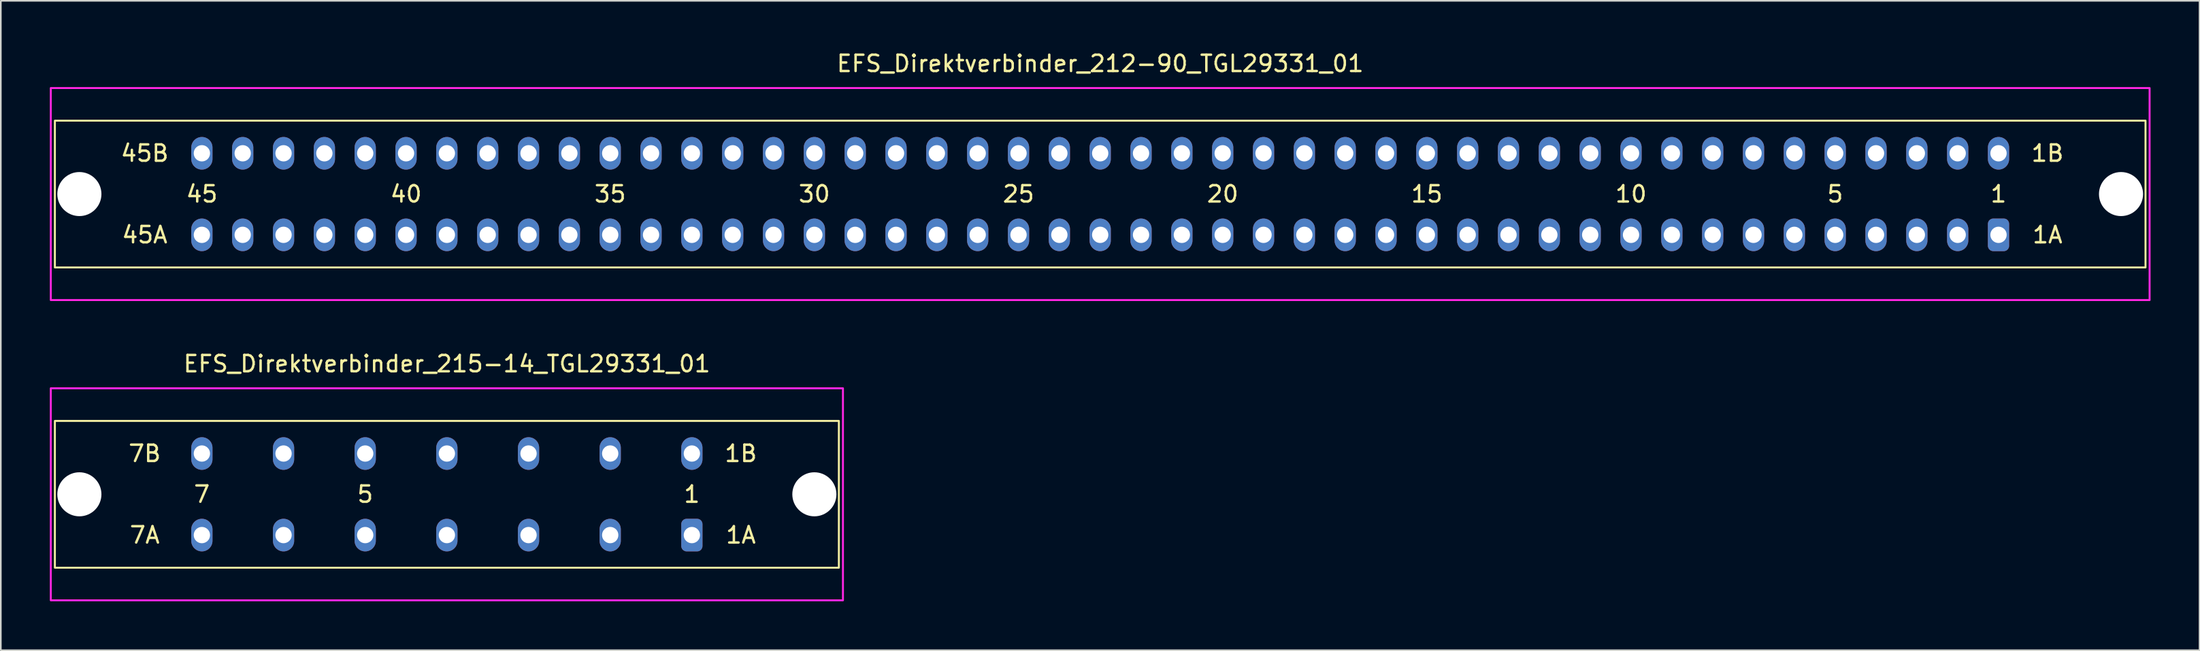
<source format=kicad_pcb>
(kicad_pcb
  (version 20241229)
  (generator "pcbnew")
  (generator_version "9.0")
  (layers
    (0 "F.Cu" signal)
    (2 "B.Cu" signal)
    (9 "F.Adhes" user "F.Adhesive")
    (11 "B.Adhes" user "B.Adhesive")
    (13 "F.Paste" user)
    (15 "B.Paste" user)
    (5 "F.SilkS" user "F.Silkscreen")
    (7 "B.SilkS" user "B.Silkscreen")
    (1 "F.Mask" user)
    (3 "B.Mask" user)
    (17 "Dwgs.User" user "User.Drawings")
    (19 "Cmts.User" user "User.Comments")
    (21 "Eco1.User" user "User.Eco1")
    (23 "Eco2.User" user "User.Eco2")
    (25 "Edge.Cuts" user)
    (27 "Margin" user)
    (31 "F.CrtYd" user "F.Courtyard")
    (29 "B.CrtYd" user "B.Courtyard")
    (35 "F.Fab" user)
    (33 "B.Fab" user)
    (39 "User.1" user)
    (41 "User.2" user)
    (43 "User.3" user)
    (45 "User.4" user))
  (footprint "EFS_Direktverbinder_212-90_TGL29331_01"
    (layer "F.Cu")
    (at 64.31 8.848)
    (property "Reference" "EFS_Direktverbinder_212-90_TGL29331_01" (at 0 -8 180) (layer "F.SilkS") (effects (font (size 1 1) (thickness 0.15))))
    (attr through_hole)
    (fp_rect (start -64 -4.5) (end 64 4.5) (stroke (width 0.12) (type solid)) (fill no) (layer "F.SilkS"))
    (fp_rect (start -64.25 -6.5) (end 64.25 6.5) (stroke (width 0.12) (type solid)) (fill no) (layer "F.CrtYd"))
    (fp_text user "30" (at -17.5 0 180) (layer "F.SilkS") (effects (font (size 1 1) (thickness 0.15))))
    (fp_text user "35" (at -30 0 180) (layer "F.SilkS") (effects (font (size 1 1) (thickness 0.15))))
    (fp_text user "45" (at -55 0 180) (layer "F.SilkS") (effects (font (size 1 1) (thickness 0.15))))
    (fp_text user "25" (at -5 0 180) (layer "F.SilkS") (effects (font (size 1 1) (thickness 0.15))))
    (fp_text user "20" (at 7.5 0 180) (layer "F.SilkS") (effects (font (size 1 1) (thickness 0.15))))
    (fp_text user "5" (at 45 0 180) (layer "F.SilkS") (effects (font (size 1 1) (thickness 0.15))))
    (fp_text user "45A" (at -58.5 2.5 0) (layer "F.SilkS") (effects (font (size 1 1) (thickness 0.15))))
    (fp_text user "1B" (at 58 -2.5 0) (layer "F.SilkS") (effects (font (size 1 1) (thickness 0.15))))
    (fp_text user "15" (at 20 0 180) (layer "F.SilkS") (effects (font (size 1 1) (thickness 0.15))))
    (fp_text user "45B" (at -58.5 -2.5 0) (layer "F.SilkS") (effects (font (size 1 1) (thickness 0.15))))
    (fp_text user "10" (at 32.5 0 180) (layer "F.SilkS") (effects (font (size 1 1) (thickness 0.15))))
    (fp_text user "1" (at 55 0 180) (layer "F.SilkS") (effects (font (size 1 1) (thickness 0.15))))
    (fp_text user "1A" (at 58 2.5 0) (layer "F.SilkS") (effects (font (size 1 1) (thickness 0.15))))
    (fp_text user "40" (at -42.5 0 180) (layer "F.SilkS") (effects (font (size 1 1) (thickness 0.15))))
    (pad "" np_thru_hole circle (at -62.5 0) (size 2.7 2.7) (drill 2.7) (layers "*.Cu" "*.Mask"))
    (pad "" np_thru_hole circle (at 62.5 0) (size 2.7 2.7) (drill 2.7) (layers "*.Cu" "*.Mask"))
    (pad "1a" thru_hole roundrect (at 55 2.5) (size 1.3 2) (drill 1) (layers "*.Cu" "*.Mask") (roundrect_rratio 0.25))
    (pad "1b" thru_hole oval (at 55 -2.5) (size 1.3 2) (drill 1) (layers "*.Cu" "*.Mask"))
    (pad "2a" thru_hole oval (at 52.5 2.5) (size 1.3 2) (drill 1) (layers "*.Cu" "*.Mask"))
    (pad "2b" thru_hole oval (at 52.5 -2.5) (size 1.3 2) (drill 1) (layers "*.Cu" "*.Mask"))
    (pad "3a" thru_hole oval (at 50 2.5) (size 1.3 2) (drill 1) (layers "*.Cu" "*.Mask"))
    (pad "3b" thru_hole oval (at 50 -2.5) (size 1.3 2) (drill 1) (layers "*.Cu" "*.Mask"))
    (pad "4a" thru_hole oval (at 47.5 2.5) (size 1.3 2) (drill 1) (layers "*.Cu" "*.Mask"))
    (pad "4b" thru_hole oval (at 47.5 -2.5) (size 1.3 2) (drill 1) (layers "*.Cu" "*.Mask"))
    (pad "5a" thru_hole oval (at 45 2.5) (size 1.3 2) (drill 1) (layers "*.Cu" "*.Mask"))
    (pad "5b" thru_hole oval (at 45 -2.5) (size 1.3 2) (drill 1) (layers "*.Cu" "*.Mask"))
    (pad "6a" thru_hole oval (at 42.5 2.5) (size 1.3 2) (drill 1) (layers "*.Cu" "*.Mask"))
    (pad "6b" thru_hole oval (at 42.5 -2.5) (size 1.3 2) (drill 1) (layers "*.Cu" "*.Mask"))
    (pad "7a" thru_hole oval (at 40 2.5) (size 1.3 2) (drill 1) (layers "*.Cu" "*.Mask"))
    (pad "7b" thru_hole oval (at 40 -2.5) (size 1.3 2) (drill 1) (layers "*.Cu" "*.Mask"))
    (pad "8a" thru_hole oval (at 37.5 2.5) (size 1.3 2) (drill 1) (layers "*.Cu" "*.Mask"))
    (pad "8b" thru_hole oval (at 37.5 -2.5) (size 1.3 2) (drill 1) (layers "*.Cu" "*.Mask"))
    (pad "9a" thru_hole oval (at 35 2.5) (size 1.3 2) (drill 1) (layers "*.Cu" "*.Mask"))
    (pad "9b" thru_hole oval (at 35 -2.5) (size 1.3 2) (drill 1) (layers "*.Cu" "*.Mask"))
    (pad "10a" thru_hole oval (at 32.5 2.5) (size 1.3 2) (drill 1) (layers "*.Cu" "*.Mask"))
    (pad "10b" thru_hole oval (at 32.5 -2.5) (size 1.3 2) (drill 1) (layers "*.Cu" "*.Mask"))
    (pad "11a" thru_hole oval (at 30 2.5) (size 1.3 2) (drill 1) (layers "*.Cu" "*.Mask"))
    (pad "11b" thru_hole oval (at 30 -2.5) (size 1.3 2) (drill 1) (layers "*.Cu" "*.Mask"))
    (pad "12a" thru_hole oval (at 27.5 2.5) (size 1.3 2) (drill 1) (layers "*.Cu" "*.Mask"))
    (pad "12b" thru_hole oval (at 27.5 -2.5) (size 1.3 2) (drill 1) (layers "*.Cu" "*.Mask"))
    (pad "13a" thru_hole oval (at 25 2.5) (size 1.3 2) (drill 1) (layers "*.Cu" "*.Mask"))
    (pad "13b" thru_hole oval (at 25 -2.5) (size 1.3 2) (drill 1) (layers "*.Cu" "*.Mask"))
    (pad "14a" thru_hole oval (at 22.5 2.5) (size 1.3 2) (drill 1) (layers "*.Cu" "*.Mask"))
    (pad "14b" thru_hole oval (at 22.5 -2.5) (size 1.3 2) (drill 1) (layers "*.Cu" "*.Mask"))
    (pad "15a" thru_hole oval (at 20 2.5) (size 1.3 2) (drill 1) (layers "*.Cu" "*.Mask"))
    (pad "15b" thru_hole oval (at 20 -2.5) (size 1.3 2) (drill 1) (layers "*.Cu" "*.Mask"))
    (pad "16a" thru_hole oval (at 17.5 2.5) (size 1.3 2) (drill 1) (layers "*.Cu" "*.Mask"))
    (pad "16b" thru_hole oval (at 17.5 -2.5) (size 1.3 2) (drill 1) (layers "*.Cu" "*.Mask"))
    (pad "17a" thru_hole oval (at 15 2.5) (size 1.3 2) (drill 1) (layers "*.Cu" "*.Mask"))
    (pad "17b" thru_hole oval (at 15 -2.5) (size 1.3 2) (drill 1) (layers "*.Cu" "*.Mask"))
    (pad "18a" thru_hole oval (at 12.5 2.5) (size 1.3 2) (drill 1) (layers "*.Cu" "*.Mask"))
    (pad "18b" thru_hole oval (at 12.5 -2.5) (size 1.3 2) (drill 1) (layers "*.Cu" "*.Mask"))
    (pad "19a" thru_hole oval (at 10 2.5) (size 1.3 2) (drill 1) (layers "*.Cu" "*.Mask"))
    (pad "19b" thru_hole oval (at 10 -2.5) (size 1.3 2) (drill 1) (layers "*.Cu" "*.Mask"))
    (pad "20a" thru_hole oval (at 7.5 2.5) (size 1.3 2) (drill 1) (layers "*.Cu" "*.Mask"))
    (pad "20b" thru_hole oval (at 7.5 -2.5) (size 1.3 2) (drill 1) (layers "*.Cu" "*.Mask"))
    (pad "21a" thru_hole oval (at 5 2.5) (size 1.3 2) (drill 1) (layers "*.Cu" "*.Mask"))
    (pad "21b" thru_hole oval (at 5 -2.5) (size 1.3 2) (drill 1) (layers "*.Cu" "*.Mask"))
    (pad "22a" thru_hole oval (at 2.5 2.5) (size 1.3 2) (drill 1) (layers "*.Cu" "*.Mask"))
    (pad "22b" thru_hole oval (at 2.5 -2.5) (size 1.3 2) (drill 1) (layers "*.Cu" "*.Mask"))
    (pad "23a" thru_hole oval (at 0 2.5) (size 1.3 2) (drill 1) (layers "*.Cu" "*.Mask"))
    (pad "23b" thru_hole oval (at 0 -2.5) (size 1.3 2) (drill 1) (layers "*.Cu" "*.Mask"))
    (pad "24a" thru_hole oval (at -2.5 2.5) (size 1.3 2) (drill 1) (layers "*.Cu" "*.Mask"))
    (pad "24b" thru_hole oval (at -2.5 -2.5) (size 1.3 2) (drill 1) (layers "*.Cu" "*.Mask"))
    (pad "25a" thru_hole oval (at -5 2.5) (size 1.3 2) (drill 1) (layers "*.Cu" "*.Mask"))
    (pad "25b" thru_hole oval (at -5 -2.5) (size 1.3 2) (drill 1) (layers "*.Cu" "*.Mask"))
    (pad "26a" thru_hole oval (at -7.5 2.5) (size 1.3 2) (drill 1) (layers "*.Cu" "*.Mask"))
    (pad "26b" thru_hole oval (at -7.5 -2.5) (size 1.3 2) (drill 1) (layers "*.Cu" "*.Mask"))
    (pad "27a" thru_hole oval (at -10 2.5) (size 1.3 2) (drill 1) (layers "*.Cu" "*.Mask"))
    (pad "27b" thru_hole oval (at -10 -2.5) (size 1.3 2) (drill 1) (layers "*.Cu" "*.Mask"))
    (pad "28a" thru_hole oval (at -12.5 2.5) (size 1.3 2) (drill 1) (layers "*.Cu" "*.Mask"))
    (pad "28b" thru_hole oval (at -12.5 -2.5) (size 1.3 2) (drill 1) (layers "*.Cu" "*.Mask"))
    (pad "29a" thru_hole oval (at -15 2.5) (size 1.3 2) (drill 1) (layers "*.Cu" "*.Mask"))
    (pad "29b" thru_hole oval (at -15 -2.5) (size 1.3 2) (drill 1) (layers "*.Cu" "*.Mask"))
    (pad "30a" thru_hole oval (at -17.5 2.5) (size 1.3 2) (drill 1) (layers "*.Cu" "*.Mask"))
    (pad "30b" thru_hole oval (at -17.5 -2.5) (size 1.3 2) (drill 1) (layers "*.Cu" "*.Mask"))
    (pad "31a" thru_hole oval (at -20 2.5) (size 1.3 2) (drill 1) (layers "*.Cu" "*.Mask"))
    (pad "31b" thru_hole oval (at -20 -2.5) (size 1.3 2) (drill 1) (layers "*.Cu" "*.Mask"))
    (pad "32a" thru_hole oval (at -22.5 2.5) (size 1.3 2) (drill 1) (layers "*.Cu" "*.Mask"))
    (pad "32b" thru_hole oval (at -22.5 -2.5) (size 1.3 2) (drill 1) (layers "*.Cu" "*.Mask"))
    (pad "33a" thru_hole oval (at -25 2.5) (size 1.3 2) (drill 1) (layers "*.Cu" "*.Mask"))
    (pad "33b" thru_hole oval (at -25 -2.5) (size 1.3 2) (drill 1) (layers "*.Cu" "*.Mask"))
    (pad "34a" thru_hole oval (at -27.5 2.5) (size 1.3 2) (drill 1) (layers "*.Cu" "*.Mask"))
    (pad "34b" thru_hole oval (at -27.5 -2.5) (size 1.3 2) (drill 1) (layers "*.Cu" "*.Mask"))
    (pad "35a" thru_hole oval (at -30 2.5) (size 1.3 2) (drill 1) (layers "*.Cu" "*.Mask"))
    (pad "35b" thru_hole oval (at -30 -2.5) (size 1.3 2) (drill 1) (layers "*.Cu" "*.Mask"))
    (pad "36a" thru_hole oval (at -32.5 2.5) (size 1.3 2) (drill 1) (layers "*.Cu" "*.Mask"))
    (pad "36b" thru_hole oval (at -32.5 -2.5) (size 1.3 2) (drill 1) (layers "*.Cu" "*.Mask"))
    (pad "37a" thru_hole oval (at -35 2.5) (size 1.3 2) (drill 1) (layers "*.Cu" "*.Mask"))
    (pad "37b" thru_hole oval (at -35 -2.5) (size 1.3 2) (drill 1) (layers "*.Cu" "*.Mask"))
    (pad "38a" thru_hole oval (at -37.5 2.5) (size 1.3 2) (drill 1) (layers "*.Cu" "*.Mask"))
    (pad "38b" thru_hole oval (at -37.5 -2.5) (size 1.3 2) (drill 1) (layers "*.Cu" "*.Mask"))
    (pad "39a" thru_hole oval (at -40 2.5) (size 1.3 2) (drill 1) (layers "*.Cu" "*.Mask"))
    (pad "39b" thru_hole oval (at -40 -2.5) (size 1.3 2) (drill 1) (layers "*.Cu" "*.Mask"))
    (pad "40a" thru_hole oval (at -42.5 2.5) (size 1.3 2) (drill 1) (layers "*.Cu" "*.Mask"))
    (pad "40b" thru_hole oval (at -42.5 -2.5) (size 1.3 2) (drill 1) (layers "*.Cu" "*.Mask"))
    (pad "41a" thru_hole oval (at -45 2.5) (size 1.3 2) (drill 1) (layers "*.Cu" "*.Mask"))
    (pad "41b" thru_hole oval (at -45 -2.5) (size 1.3 2) (drill 1) (layers "*.Cu" "*.Mask"))
    (pad "42a" thru_hole oval (at -47.5 2.5) (size 1.3 2) (drill 1) (layers "*.Cu" "*.Mask"))
    (pad "42b" thru_hole oval (at -47.5 -2.5) (size 1.3 2) (drill 1) (layers "*.Cu" "*.Mask"))
    (pad "43a" thru_hole oval (at -50 2.5) (size 1.3 2) (drill 1) (layers "*.Cu" "*.Mask"))
    (pad "43b" thru_hole oval (at -50 -2.5) (size 1.3 2) (drill 1) (layers "*.Cu" "*.Mask"))
    (pad "44a" thru_hole oval (at -52.5 2.5) (size 1.3 2) (drill 1) (layers "*.Cu" "*.Mask"))
    (pad "44b" thru_hole oval (at -52.5 -2.5) (size 1.3 2) (drill 1) (layers "*.Cu" "*.Mask"))
    (pad "45a" thru_hole oval (at -55 2.5) (size 1.3 2) (drill 1) (layers "*.Cu" "*.Mask"))
    (pad "45b" thru_hole oval (at -55 -2.5) (size 1.3 2) (drill 1) (layers "*.Cu" "*.Mask")))
  (footprint "EFS_Direktverbinder_215-14_TGL29331_01"
    (layer "F.Cu")
    (at 24.31 27.256)
    (property "Reference" "EFS_Direktverbinder_215-14_TGL29331_01" (at 0 -8 180) (layer "F.SilkS") (effects (font (size 1 1) (thickness 0.15))))
    (attr through_hole)
    (fp_rect (start -24 -4.5) (end 24 4.5) (stroke (width 0.12) (type solid)) (fill no) (layer "F.SilkS"))
    (fp_rect (start -24.25 -6.5) (end 24.25 6.5) (stroke (width 0.12) (type solid)) (fill no) (layer "F.CrtYd"))
    (fp_text user "7A" (at -18.5 2.5 0) (layer "F.SilkS") (effects (font (size 1 1) (thickness 0.15))))
    (fp_text user "7" (at -15 0 180) (layer "F.SilkS") (effects (font (size 1 1) (thickness 0.15))))
    (fp_text user "7B" (at -18.5 -2.5 0) (layer "F.SilkS") (effects (font (size 1 1) (thickness 0.15))))
    (fp_text user "1B" (at 18 -2.5 0) (layer "F.SilkS") (effects (font (size 1 1) (thickness 0.15))))
    (fp_text user "1" (at 15 0 180) (layer "F.SilkS") (effects (font (size 1 1) (thickness 0.15))))
    (fp_text user "1A" (at 18 2.5 0) (layer "F.SilkS") (effects (font (size 1 1) (thickness 0.15))))
    (fp_text user "5" (at -5 0 180) (layer "F.SilkS") (effects (font (size 1 1) (thickness 0.15))))
    (pad "" np_thru_hole circle (at -22.5 0) (size 2.7 2.7) (drill 2.7) (layers "*.Cu" "*.Mask"))
    (pad "" np_thru_hole circle (at 22.5 0) (size 2.7 2.7) (drill 2.7) (layers "*.Cu" "*.Mask"))
    (pad "1a" thru_hole roundrect (at 15 2.5) (size 1.3 2) (drill 1) (layers "*.Cu" "*.Mask") (roundrect_rratio 0.25))
    (pad "1b" thru_hole oval (at 15 -2.5) (size 1.3 2) (drill 1) (layers "*.Cu" "*.Mask"))
    (pad "2a" thru_hole oval (at 10 2.5) (size 1.3 2) (drill 1) (layers "*.Cu" "*.Mask"))
    (pad "2b" thru_hole oval (at 10 -2.5) (size 1.3 2) (drill 1) (layers "*.Cu" "*.Mask"))
    (pad "3a" thru_hole oval (at 5 2.5) (size 1.3 2) (drill 1) (layers "*.Cu" "*.Mask"))
    (pad "3b" thru_hole oval (at 5 -2.5) (size 1.3 2) (drill 1) (layers "*.Cu" "*.Mask"))
    (pad "4a" thru_hole oval (at 0 2.5) (size 1.3 2) (drill 1) (layers "*.Cu" "*.Mask"))
    (pad "4b" thru_hole oval (at 0 -2.5) (size 1.3 2) (drill 1) (layers "*.Cu" "*.Mask"))
    (pad "5a" thru_hole oval (at -5 2.5) (size 1.3 2) (drill 1) (layers "*.Cu" "*.Mask"))
    (pad "5b" thru_hole oval (at -5 -2.5) (size 1.3 2) (drill 1) (layers "*.Cu" "*.Mask"))
    (pad "6a" thru_hole oval (at -10 2.5) (size 1.3 2) (drill 1) (layers "*.Cu" "*.Mask"))
    (pad "6b" thru_hole oval (at -10 -2.5) (size 1.3 2) (drill 1) (layers "*.Cu" "*.Mask"))
    (pad "7a" thru_hole oval (at -15 2.5) (size 1.3 2) (drill 1) (layers "*.Cu" "*.Mask"))
    (pad "7b" thru_hole oval (at -15 -2.5) (size 1.3 2) (drill 1) (layers "*.Cu" "*.Mask")))
  (gr_rect
    (start -3 -3)
    (end 131.62 36.816)
    (stroke (width 0.1) (type default))
    (fill no)
    (layer "Edge.Cuts")))
</source>
